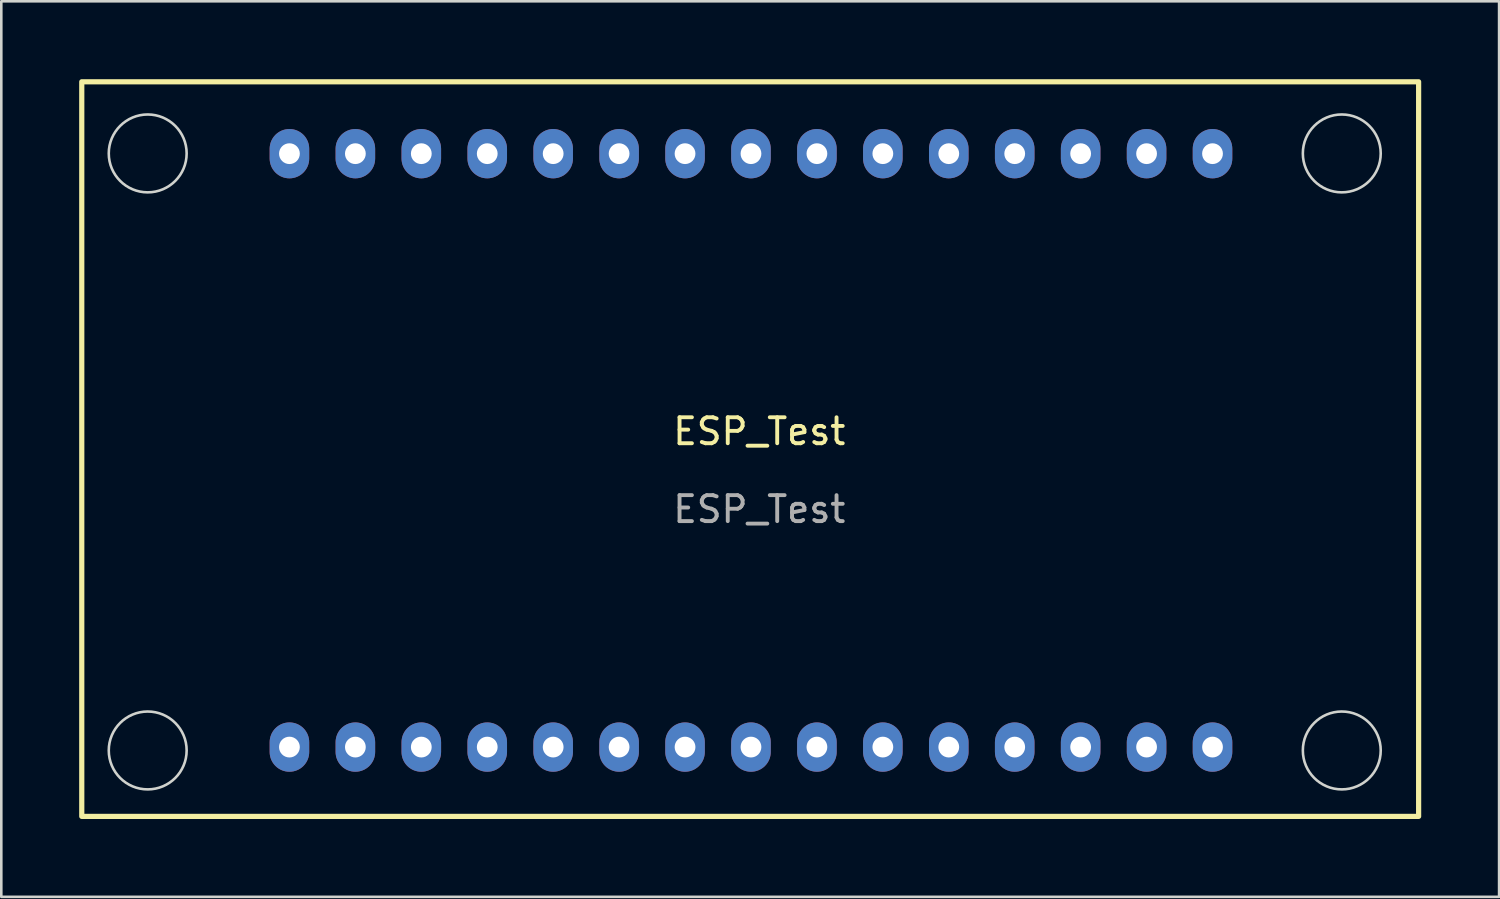
<source format=kicad_pcb>
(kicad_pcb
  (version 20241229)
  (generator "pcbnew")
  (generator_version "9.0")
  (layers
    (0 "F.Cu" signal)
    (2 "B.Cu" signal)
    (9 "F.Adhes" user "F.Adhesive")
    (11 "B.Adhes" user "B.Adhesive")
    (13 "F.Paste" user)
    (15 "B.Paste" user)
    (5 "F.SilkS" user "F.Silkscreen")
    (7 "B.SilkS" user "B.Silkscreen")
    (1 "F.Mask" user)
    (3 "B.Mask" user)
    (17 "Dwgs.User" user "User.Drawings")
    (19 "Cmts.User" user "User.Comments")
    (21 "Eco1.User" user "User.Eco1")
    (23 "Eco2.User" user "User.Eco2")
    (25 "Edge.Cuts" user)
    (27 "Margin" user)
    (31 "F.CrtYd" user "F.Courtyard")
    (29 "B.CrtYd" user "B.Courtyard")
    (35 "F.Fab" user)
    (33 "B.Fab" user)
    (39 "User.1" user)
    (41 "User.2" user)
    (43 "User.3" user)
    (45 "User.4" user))
  (footprint "ESP_Test"
    (layer "F.Cu")
    (at 25.5 14.07)
    (property "Reference" "ESP_Test" (at 0.7 -0.5 0) (unlocked yes) (layer "F.SilkS") (effects (font (size 1 1) (thickness 0.15))))
    (fp_rect (start -25.4 14.33) (end 26.1 -13.97) (stroke (width 0.2) (type default)) (fill no) (layer "F.SilkS"))
    (fp_circle (center -22.86 -11.21) (end -21.36 -11.21) (stroke (width 0.1) (type default)) (fill no) (layer "Edge.Cuts"))
    (fp_circle (center -22.86 11.79) (end -21.36 11.79) (stroke (width 0.1) (type default)) (fill no) (layer "Edge.Cuts"))
    (fp_circle (center 23.14 -11.21) (end 24.64 -11.21) (stroke (width 0.1) (type default)) (fill no) (layer "Edge.Cuts"))
    (fp_circle (center 23.14 11.79) (end 24.64 11.79) (stroke (width 0.1) (type default)) (fill no) (layer "Edge.Cuts"))
    (fp_text user "${REFERENCE}" (at 0.7 2.5 0) (unlocked yes) (layer "F.Fab") (effects (font (size 1 1) (thickness 0.15))))
    (pad "1" thru_hole oval (at -17.4 11.66) (size 1.524 1.9) (drill 0.8) (layers "*.Cu" "*.Mask"))
    (pad "2" thru_hole oval (at -14.86 11.66) (size 1.524 1.9) (drill 0.8) (layers "*.Cu" "*.Mask"))
    (pad "3" thru_hole oval (at -12.32 11.66) (size 1.524 1.9) (drill 0.8) (layers "*.Cu" "*.Mask"))
    (pad "4" thru_hole oval (at -9.78 11.66) (size 1.524 1.9) (drill 0.8) (layers "*.Cu" "*.Mask"))
    (pad "5" thru_hole oval (at -7.24 11.66) (size 1.524 1.9) (drill 0.8) (layers "*.Cu" "*.Mask"))
    (pad "6" thru_hole oval (at -4.7 11.66) (size 1.524 1.9) (drill 0.8) (layers "*.Cu" "*.Mask"))
    (pad "7" thru_hole oval (at -2.16 11.66) (size 1.524 1.9) (drill 0.8) (layers "*.Cu" "*.Mask"))
    (pad "8" thru_hole oval (at 0.38 11.66) (size 1.524 1.9) (drill 0.8) (layers "*.Cu" "*.Mask"))
    (pad "9" thru_hole oval (at 2.92 11.66) (size 1.524 1.9) (drill 0.8) (layers "*.Cu" "*.Mask"))
    (pad "10" thru_hole oval (at 5.46 11.66) (size 1.524 1.9) (drill 0.8) (layers "*.Cu" "*.Mask"))
    (pad "11" thru_hole oval (at 8 11.66) (size 1.524 1.9) (drill 0.8) (layers "*.Cu" "*.Mask"))
    (pad "12" thru_hole oval (at 10.54 11.66) (size 1.524 1.9) (drill 0.8) (layers "*.Cu" "*.Mask"))
    (pad "13" thru_hole oval (at 13.08 11.66) (size 1.524 1.9) (drill 0.8) (layers "*.Cu" "*.Mask"))
    (pad "14" thru_hole oval (at 15.62 11.66) (size 1.524 1.9) (drill 0.8) (layers "*.Cu" "*.Mask"))
    (pad "15" thru_hole oval (at 18.16 11.66) (size 1.524 1.9) (drill 0.8) (layers "*.Cu" "*.Mask"))
    (pad "16" thru_hole oval (at 18.16 -11.2) (size 1.524 1.9) (drill 0.8) (layers "*.Cu" "*.Mask"))
    (pad "17" thru_hole oval (at 15.62 -11.2) (size 1.524 1.9) (drill 0.8) (layers "*.Cu" "*.Mask"))
    (pad "18" thru_hole oval (at 13.08 -11.2) (size 1.524 1.9) (drill 0.8) (layers "*.Cu" "*.Mask"))
    (pad "19" thru_hole oval (at 10.54 -11.2) (size 1.524 1.9) (drill 0.8) (layers "*.Cu" "*.Mask"))
    (pad "20" thru_hole oval (at 8 -11.2) (size 1.524 1.9) (drill 0.8) (layers "*.Cu" "*.Mask"))
    (pad "21" thru_hole oval (at 5.46 -11.2) (size 1.524 1.9) (drill 0.8) (layers "*.Cu" "*.Mask"))
    (pad "22" thru_hole oval (at 2.92 -11.2) (size 1.524 1.9) (drill 0.8) (layers "*.Cu" "*.Mask"))
    (pad "23" thru_hole oval (at 0.38 -11.2) (size 1.524 1.9) (drill 0.8) (layers "*.Cu" "*.Mask"))
    (pad "24" thru_hole oval (at -2.16 -11.2) (size 1.524 1.9) (drill 0.8) (layers "*.Cu" "*.Mask"))
    (pad "25" thru_hole oval (at -4.7 -11.2) (size 1.524 1.9) (drill 0.8) (layers "*.Cu" "*.Mask"))
    (pad "26" thru_hole oval (at -7.24 -11.2) (size 1.524 1.9) (drill 0.8) (layers "*.Cu" "*.Mask"))
    (pad "27" thru_hole oval (at -9.78 -11.2) (size 1.524 1.9) (drill 0.8) (layers "*.Cu" "*.Mask"))
    (pad "28" thru_hole oval (at -12.32 -11.2) (size 1.524 1.9) (drill 0.8) (layers "*.Cu" "*.Mask"))
    (pad "29" thru_hole oval (at -14.86 -11.2) (size 1.524 1.9) (drill 0.8) (layers "*.Cu" "*.Mask"))
    (pad "30" thru_hole oval (at -17.4 -11.2) (size 1.524 1.9) (drill 0.8) (layers "*.Cu" "*.Mask")))
  (gr_rect
    (start -3 -3)
    (end 54.7 31.5)
    (stroke (width 0.1) (type default))
    (fill no)
    (layer "Edge.Cuts")))
</source>
